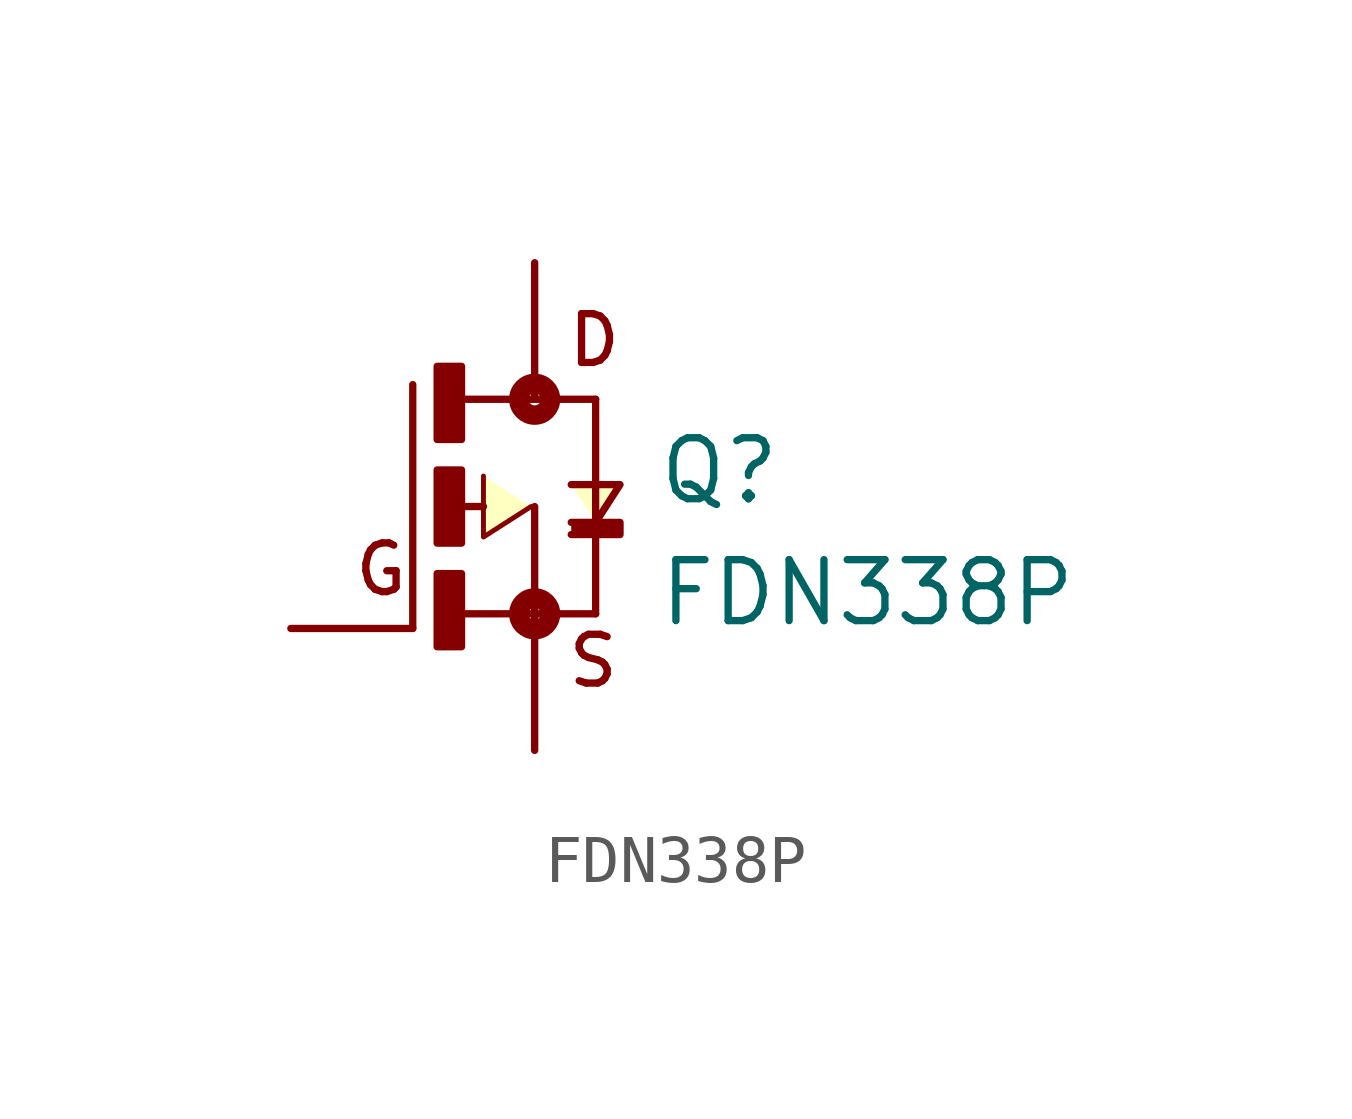
<source format=kicad_sym>
(kicad_symbol_lib
  (version 20241209)
  (generator "kicad_symbol_editor")
  (generator_version "9.0")
  (symbol "FDN338P"
    (pin_numbers
      (hide yes))
    (pin_names
      (offset 1.016)
      (hide yes))
    (property "Reference" "Q"
      (at 2.54 0 0)
      (effects (font (size 1.27 1.27)) (justify left bottom)))
    (property "Value" "FDN338P"
      (at 2.54 -2.54 0)
      (effects (font (size 1.27 1.27)) (justify left bottom)))
    (property "ki_locked" ""
      (at 0 0 0)
      (effects (font (size 1.27 1.27))))
    (symbol "FDN338P_0_0"
      (polyline (pts (xy -2.54 -2.54) (xy -2.54 2.54)) (stroke (width 0.152) (type solid)) (fill (type none)))
      (rectangle (start -2.032 1.397) (end -1.524 2.921) (stroke (width 0) (type solid)) (fill (type outline)))
      (rectangle (start -2.032 -0.762) (end -1.524 0.762) (stroke (width 0) (type solid)) (fill (type outline)))
      (rectangle (start -2.032 -2.921) (end -1.524 -1.397) (stroke (width 0) (type solid)) (fill (type outline)))
      (polyline (pts (xy -1.905 -2.235) (xy 0 -2.235)) (stroke (width 0.152) (type solid)) (fill (type none)))
      (polyline (pts (xy -1.6 2.235) (xy 0 2.235)) (stroke (width 0.152) (type solid)) (fill (type none)))
      (polyline (pts (xy -1.067 0) (xy -1.905 0)) (stroke (width 0.152) (type solid)) (fill (type none)))
      (polyline (pts (xy -0.076 0) (xy -1.067 -0.635) (xy -1.067 0.635)) (stroke (width 0.102) (type solid)) (fill (type background)))
      (polyline (pts (xy 0 2.54) (xy 0 2.235)) (stroke (width 0.152) (type solid)) (fill (type none)))
      (circle (center 0 2.235) (radius 0.127) (stroke (width 0.406) (type solid)) (fill (type none)))
      (polyline (pts (xy 0 2.235) (xy 1.27 2.235)) (stroke (width 0.152) (type solid)) (fill (type none)))
      (polyline (pts (xy 0 0) (xy 0 -2.235)) (stroke (width 0.152) (type solid)) (fill (type none)))
      (polyline (pts (xy 0 -2.235) (xy 0 -2.54)) (stroke (width 0.152) (type solid)) (fill (type none)))
      (circle (center 0 -2.235) (radius 0.127) (stroke (width 0.406) (type solid)) (fill (type none)))
      (polyline (pts (xy 0.762 -0.33) (xy 1.778 -0.33) (xy 1.778 -0.584) (xy 0.762 -0.584)) (stroke (width 0) (type solid)) (fill (type outline)))
      (polyline (pts (xy 1.27 2.235) (xy 1.27 -2.235)) (stroke (width 0.152) (type solid)) (fill (type none)))
      (polyline (pts (xy 1.27 -0.33) (xy 1.778 0.457) (xy 0.762 0.457)) (stroke (width 0.152) (type solid)) (fill (type background)))
      (polyline (pts (xy 1.27 -2.235) (xy 0 -2.235)) (stroke (width 0.152) (type solid)) (fill (type none)))
      (text "G" (at -3.81 -1.905 0) (effects (font (size 1.016 1.016)) (justify left bottom)))
      (text "D" (at 0.635 2.87 0) (effects (font (size 1.016 1.016)) (justify left bottom)))
      (text "S" (at 0.635 -3.81 0) (effects (font (size 1.016 1.016)) (justify left bottom)))
      (pin passive line (at -5.08 -2.54 0) (length 2.54) (name "~" (effects (font (size 1.016 1.016)))) (number "1" (effects (font (size 1.016 1.016)))))
      (pin passive line (at 0 5.08 270) (length 2.54) (name "~" (effects (font (size 1.016 1.016)))) (number "3" (effects (font (size 1.016 1.016)))))
      (pin passive line (at 0 -5.08 90) (length 2.54) (name "~" (effects (font (size 1.016 1.016)))) (number "2" (effects (font (size 1.016 1.016))))))))
</source>
